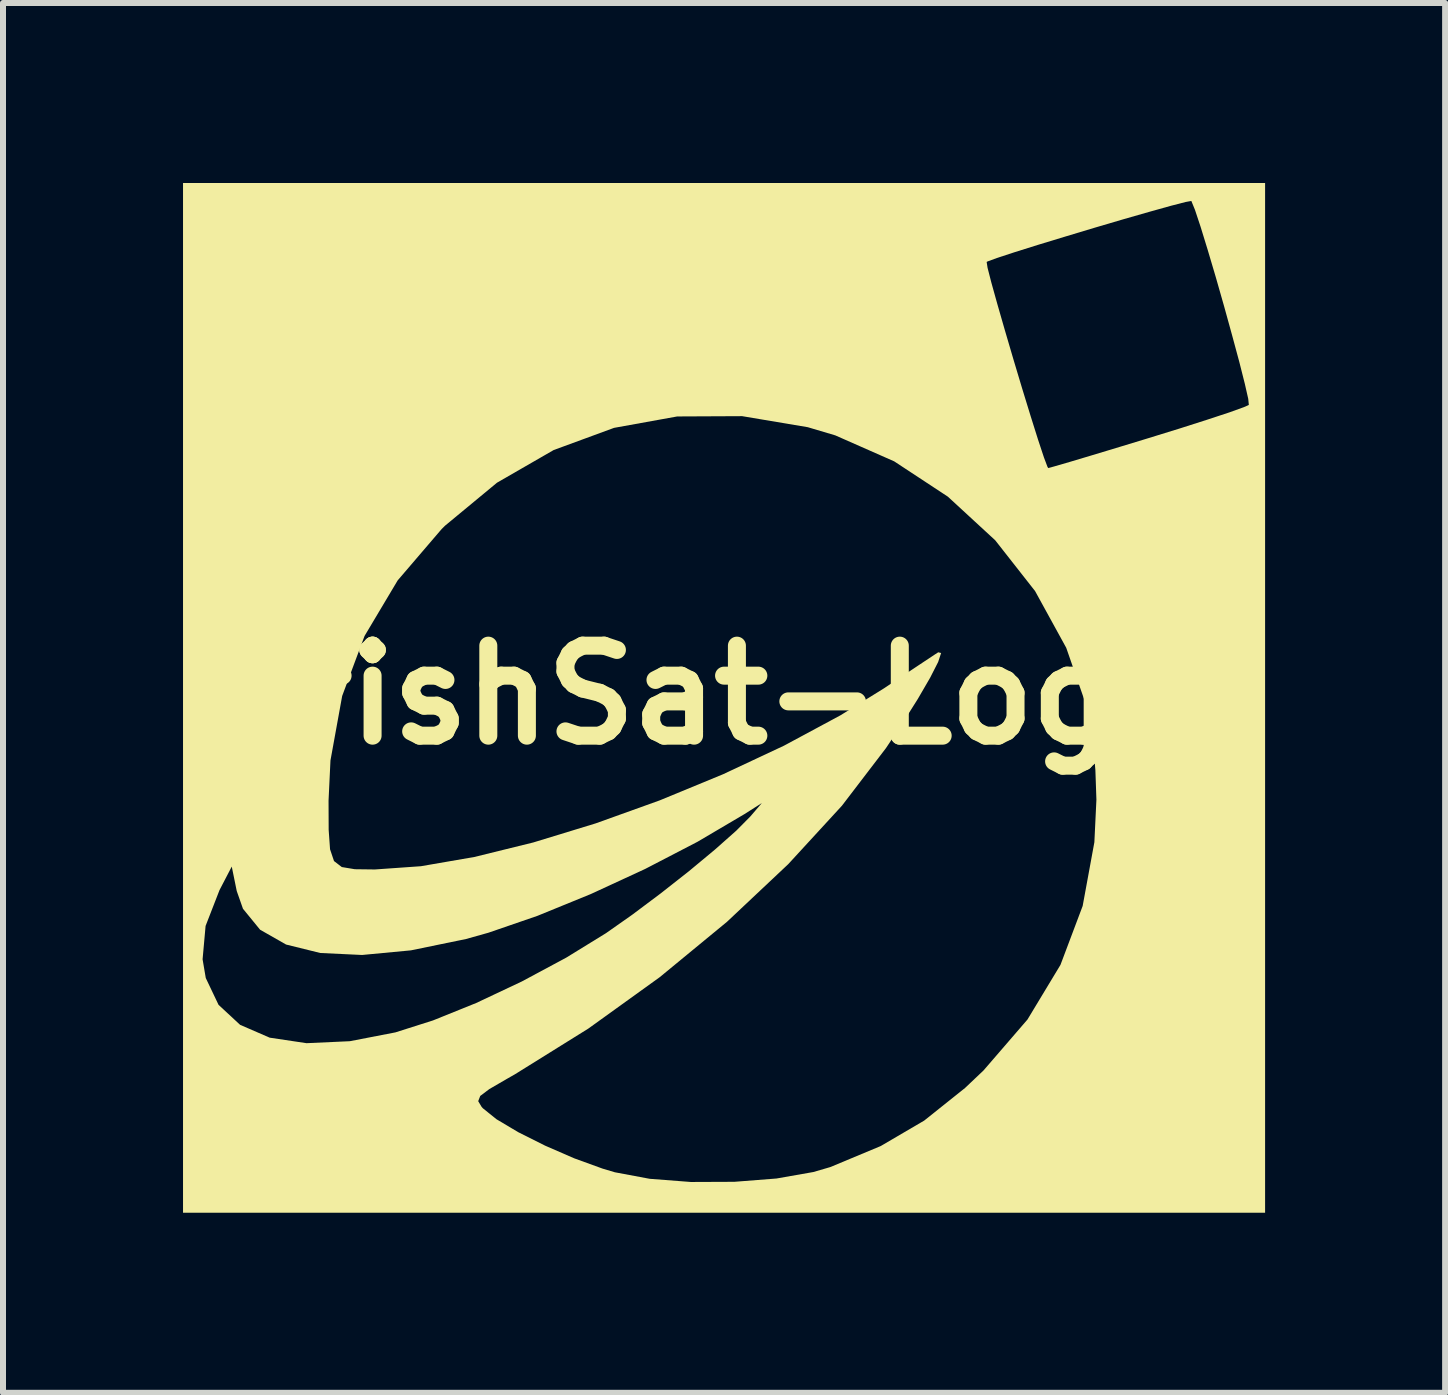
<source format=kicad_pcb>
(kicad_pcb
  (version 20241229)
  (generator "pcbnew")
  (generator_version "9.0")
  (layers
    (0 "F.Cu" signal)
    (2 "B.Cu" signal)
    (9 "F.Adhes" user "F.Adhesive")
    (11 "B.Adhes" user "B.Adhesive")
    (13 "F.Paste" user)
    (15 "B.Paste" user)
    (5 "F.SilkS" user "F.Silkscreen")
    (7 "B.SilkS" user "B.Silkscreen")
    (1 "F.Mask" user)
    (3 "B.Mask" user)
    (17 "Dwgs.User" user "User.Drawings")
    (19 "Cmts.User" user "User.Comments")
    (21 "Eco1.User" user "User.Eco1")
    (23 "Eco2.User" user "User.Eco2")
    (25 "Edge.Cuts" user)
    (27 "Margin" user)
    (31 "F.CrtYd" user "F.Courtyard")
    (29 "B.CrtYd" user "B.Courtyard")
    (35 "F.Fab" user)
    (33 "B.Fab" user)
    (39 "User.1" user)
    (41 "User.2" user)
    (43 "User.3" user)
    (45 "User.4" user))
  (footprint "IrishSat-Logo"
    (layer "F.Cu")
    (at 9.016 8.531)
    (property "Reference" "IrishSat-Logo" (at 0 0 0) (layer "F.SilkS") (effects (font (size 1.5 1.5) (thickness 0.3))))
    (attr board_only exclude_from_pos_files exclude_from_bom)
    (fp_poly (pts (xy 9.016 0.048) (xy 9.016 8.628) (xy 0 8.628) (xy -9.016 8.628) (xy -9.016 4.405) (xy -8.69 4.405) (xy -8.637 4.717) (xy -8.424 5.164) (xy -8.065 5.497) (xy -7.572 5.711) (xy -6.958 5.803) (xy -6.236 5.77) (xy -5.477 5.623) (xy -4.851 5.424) (xy -4.13 5.133) (xy -3.371 4.775) (xy -2.631 4.378) (xy -1.968 3.97) (xy -1.531 3.663) (xy -1.056 3.307) (xy -0.582 2.934) (xy -0.15 2.575) (xy 0.203 2.262) (xy 0.435 2.028) (xy 0.436 2.027) (xy 0.63 1.801) (xy 0.339 1.986) (xy -0.443 2.447) (xy -1.314 2.899) (xy -2.221 3.318) (xy -3.11 3.681) (xy -3.926 3.962) (xy -4.3 4.067) (xy -5.218 4.256) (xy -6.032 4.333) (xy -6.729 4.3) (xy -7.299 4.159) (xy -7.732 3.912) (xy -8.017 3.563) (xy -8.121 3.267) (xy -8.204 2.86) (xy -8.408 3.252) (xy -8.64 3.849) (xy -8.69 4.405) (xy -9.016 4.405) (xy -9.016 1.761) (xy -6.591 1.761) (xy -6.589 2.247) (xy -6.566 2.572) (xy -6.5 2.768) (xy -6.37 2.868) (xy -6.153 2.904) (xy -5.828 2.908) (xy -5.817 2.908) (xy -5.052 2.854) (xy -4.161 2.7) (xy -3.179 2.458) (xy -2.139 2.14) (xy -1.073 1.757) (xy -0.016 1.321) (xy 0.999 0.845) (xy 1.94 0.339) (xy 2.666 -0.111) (xy 3.016 -0.345) (xy 3.313 -0.542) (xy 3.515 -0.676) (xy 3.569 -0.711) (xy 3.617 -0.699) (xy 3.568 -0.55) (xy 3.434 -0.287) (xy 3.229 0.066) (xy 2.963 0.488) (xy 2.698 0.886) (xy 1.964 1.846) (xy 1.07 2.819) (xy 0.048 3.781) (xy -1.072 4.703) (xy -2.261 5.559) (xy -3.486 6.322) (xy -3.616 6.396) (xy -3.912 6.568) (xy -4.063 6.682) (xy -4.097 6.769) (xy -4.041 6.863) (xy -4.02 6.887) (xy -3.793 7.07) (xy -3.43 7.286) (xy -2.981 7.511) (xy -2.496 7.722) (xy -2.025 7.893) (xy -1.821 7.954) (xy -1.239 8.063) (xy -0.553 8.116) (xy 0.172 8.113) (xy 0.874 8.058) (xy 1.488 7.95) (xy 1.772 7.867) (xy 2.611 7.517) (xy 3.335 7.093) (xy 4.015 6.55) (xy 4.324 6.257) (xy 5.056 5.409) (xy 5.606 4.498) (xy 5.976 3.516) (xy 6.171 2.454) (xy 6.205 1.745) (xy 6.188 1.255) (xy 6.145 0.761) (xy 6.082 0.346) (xy 6.058 0.238) (xy 5.702 -0.786) (xy 5.183 -1.731) (xy 4.519 -2.577) (xy 3.73 -3.304) (xy 2.835 -3.893) (xy 1.853 -4.326) (xy 1.395 -4.462) (xy 0.301 -4.646) (xy -0.781 -4.641) (xy -1.833 -4.451) (xy -2.84 -4.081) (xy -3.784 -3.537) (xy -4.648 -2.822) (xy -4.706 -2.765) (xy -5.439 -1.909) (xy -5.991 -0.983) (xy -6.364 0.017) (xy -6.559 1.092) (xy -6.591 1.761) (xy -9.016 1.761) (xy -9.016 0.048) (xy -9.016 -7.216) (xy 4.376 -7.216) (xy 4.391 -7.119) (xy 4.454 -6.873) (xy 4.554 -6.514) (xy 4.68 -6.076) (xy 4.821 -5.596) (xy 4.967 -5.109) (xy 5.108 -4.65) (xy 5.232 -4.256) (xy 5.33 -3.96) (xy 5.39 -3.8) (xy 5.402 -3.781) (xy 5.501 -3.808) (xy 5.756 -3.882) (xy 6.134 -3.995) (xy 6.607 -4.138) (xy 7.057 -4.275) (xy 7.588 -4.439) (xy 8.054 -4.588) (xy 8.424 -4.71) (xy 8.665 -4.797) (xy 8.745 -4.833) (xy 8.735 -4.935) (xy 8.678 -5.186) (xy 8.586 -5.55) (xy 8.467 -5.991) (xy 8.334 -6.473) (xy 8.195 -6.96) (xy 8.06 -7.415) (xy 7.941 -7.802) (xy 7.847 -8.085) (xy 7.789 -8.227) (xy 7.786 -8.232) (xy 7.692 -8.215) (xy 7.448 -8.152) (xy 7.09 -8.052) (xy 6.654 -7.927) (xy 6.175 -7.786) (xy 5.69 -7.64) (xy 5.233 -7.501) (xy 4.841 -7.378) (xy 4.548 -7.282) (xy 4.391 -7.224) (xy 4.376 -7.216) (xy -9.016 -7.216) (xy -9.016 -8.531) (xy 0 -8.531) (xy 9.016 -8.531)) (stroke (width 0) (type solid)) (fill yes) (layer "F.SilkS")))
  (gr_rect
    (start -3 -3)
    (end 21.032 20.16)
    (stroke (width 0.1) (type default))
    (fill no)
    (layer "Edge.Cuts")))
</source>
